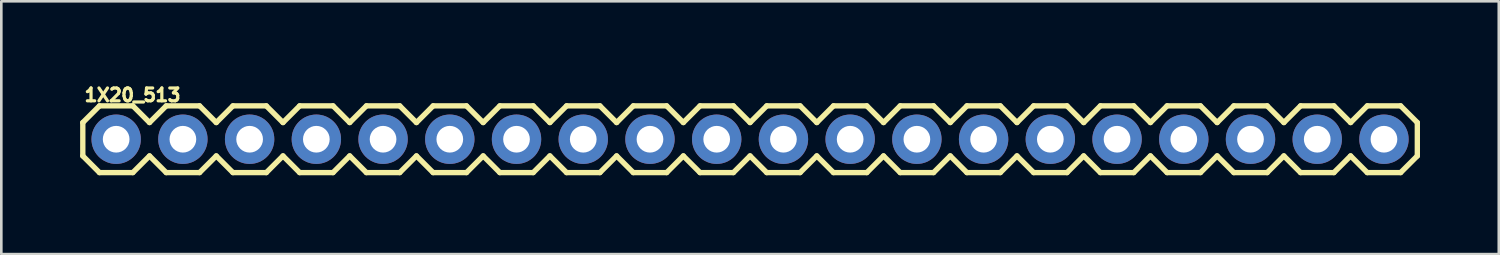
<source format=kicad_pcb>
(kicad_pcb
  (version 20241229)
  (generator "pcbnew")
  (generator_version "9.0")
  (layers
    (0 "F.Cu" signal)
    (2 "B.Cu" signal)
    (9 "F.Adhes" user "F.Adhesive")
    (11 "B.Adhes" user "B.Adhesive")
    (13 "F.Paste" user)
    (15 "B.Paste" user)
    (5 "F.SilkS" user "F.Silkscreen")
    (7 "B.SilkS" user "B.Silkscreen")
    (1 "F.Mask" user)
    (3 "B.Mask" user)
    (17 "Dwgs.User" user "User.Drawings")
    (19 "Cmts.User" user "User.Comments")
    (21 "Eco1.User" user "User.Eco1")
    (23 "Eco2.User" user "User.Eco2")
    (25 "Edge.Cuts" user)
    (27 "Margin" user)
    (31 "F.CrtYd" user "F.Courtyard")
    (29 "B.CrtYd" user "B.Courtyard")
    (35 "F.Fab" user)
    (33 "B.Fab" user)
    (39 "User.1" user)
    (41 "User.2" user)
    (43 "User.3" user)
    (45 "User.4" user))
  (footprint "1X20_513"
    (layer "F.Cu")
    (at 1.372 2.25)
    (property "Reference" "1X20_513" (at -1.27 -1.397 0) (unlocked yes) (layer "F.SilkS") (effects (font (size 0.488 0.488) (thickness 0.122)) (justify left bottom)))
    (fp_line (start -1.27 -0.635) (end -1.27 0.635) (stroke (width 0.203) (type solid)) (layer "F.SilkS"))
    (fp_line (start -1.27 0.635) (end -0.635 1.27) (stroke (width 0.203) (type solid)) (layer "F.SilkS"))
    (fp_line (start -0.635 -1.27) (end -1.27 -0.635) (stroke (width 0.203) (type solid)) (layer "F.SilkS"))
    (fp_line (start -0.635 -1.27) (end 0.635 -1.27) (stroke (width 0.203) (type solid)) (layer "F.SilkS"))
    (fp_line (start 0.635 -1.27) (end 1.27 -0.635) (stroke (width 0.203) (type solid)) (layer "F.SilkS"))
    (fp_line (start 0.635 1.27) (end -0.635 1.27) (stroke (width 0.203) (type solid)) (layer "F.SilkS"))
    (fp_line (start 1.27 -0.635) (end 1.905 -1.27) (stroke (width 0.203) (type solid)) (layer "F.SilkS"))
    (fp_line (start 1.27 0.635) (end 0.635 1.27) (stroke (width 0.203) (type solid)) (layer "F.SilkS"))
    (fp_line (start 1.905 -1.27) (end 3.175 -1.27) (stroke (width 0.203) (type solid)) (layer "F.SilkS"))
    (fp_line (start 1.905 1.27) (end 1.27 0.635) (stroke (width 0.203) (type solid)) (layer "F.SilkS"))
    (fp_line (start 3.175 -1.27) (end 3.81 -0.635) (stroke (width 0.203) (type solid)) (layer "F.SilkS"))
    (fp_line (start 3.175 1.27) (end 1.905 1.27) (stroke (width 0.203) (type solid)) (layer "F.SilkS"))
    (fp_line (start 3.81 -0.635) (end 4.445 -1.27) (stroke (width 0.203) (type solid)) (layer "F.SilkS"))
    (fp_line (start 3.81 0.635) (end 3.175 1.27) (stroke (width 0.203) (type solid)) (layer "F.SilkS"))
    (fp_line (start 4.445 -1.27) (end 5.715 -1.27) (stroke (width 0.203) (type solid)) (layer "F.SilkS"))
    (fp_line (start 4.445 1.27) (end 3.81 0.635) (stroke (width 0.203) (type solid)) (layer "F.SilkS"))
    (fp_line (start 5.715 -1.27) (end 6.35 -0.635) (stroke (width 0.203) (type solid)) (layer "F.SilkS"))
    (fp_line (start 5.715 1.27) (end 4.445 1.27) (stroke (width 0.203) (type solid)) (layer "F.SilkS"))
    (fp_line (start 6.35 0.635) (end 5.715 1.27) (stroke (width 0.203) (type solid)) (layer "F.SilkS"))
    (fp_line (start 6.35 0.635) (end 6.985 1.27) (stroke (width 0.203) (type solid)) (layer "F.SilkS"))
    (fp_line (start 6.985 -1.27) (end 6.35 -0.635) (stroke (width 0.203) (type solid)) (layer "F.SilkS"))
    (fp_line (start 6.985 -1.27) (end 8.255 -1.27) (stroke (width 0.203) (type solid)) (layer "F.SilkS"))
    (fp_line (start 8.255 -1.27) (end 8.89 -0.635) (stroke (width 0.203) (type solid)) (layer "F.SilkS"))
    (fp_line (start 8.255 1.27) (end 6.985 1.27) (stroke (width 0.203) (type solid)) (layer "F.SilkS"))
    (fp_line (start 8.89 -0.635) (end 9.525 -1.27) (stroke (width 0.203) (type solid)) (layer "F.SilkS"))
    (fp_line (start 8.89 0.635) (end 8.255 1.27) (stroke (width 0.203) (type solid)) (layer "F.SilkS"))
    (fp_line (start 9.525 -1.27) (end 10.795 -1.27) (stroke (width 0.203) (type solid)) (layer "F.SilkS"))
    (fp_line (start 9.525 1.27) (end 8.89 0.635) (stroke (width 0.203) (type solid)) (layer "F.SilkS"))
    (fp_line (start 10.795 -1.27) (end 11.43 -0.635) (stroke (width 0.203) (type solid)) (layer "F.SilkS"))
    (fp_line (start 10.795 1.27) (end 9.525 1.27) (stroke (width 0.203) (type solid)) (layer "F.SilkS"))
    (fp_line (start 11.43 -0.635) (end 12.065 -1.27) (stroke (width 0.203) (type solid)) (layer "F.SilkS"))
    (fp_line (start 11.43 0.635) (end 10.795 1.27) (stroke (width 0.203) (type solid)) (layer "F.SilkS"))
    (fp_line (start 12.065 -1.27) (end 13.335 -1.27) (stroke (width 0.203) (type solid)) (layer "F.SilkS"))
    (fp_line (start 12.065 1.27) (end 11.43 0.635) (stroke (width 0.203) (type solid)) (layer "F.SilkS"))
    (fp_line (start 13.335 -1.27) (end 13.97 -0.635) (stroke (width 0.203) (type solid)) (layer "F.SilkS"))
    (fp_line (start 13.335 1.27) (end 12.065 1.27) (stroke (width 0.203) (type solid)) (layer "F.SilkS"))
    (fp_line (start 13.97 0.635) (end 13.335 1.27) (stroke (width 0.203) (type solid)) (layer "F.SilkS"))
    (fp_line (start 13.97 0.635) (end 14.605 1.27) (stroke (width 0.203) (type solid)) (layer "F.SilkS"))
    (fp_line (start 14.605 -1.27) (end 13.97 -0.635) (stroke (width 0.203) (type solid)) (layer "F.SilkS"))
    (fp_line (start 14.605 -1.27) (end 15.875 -1.27) (stroke (width 0.203) (type solid)) (layer "F.SilkS"))
    (fp_line (start 15.875 -1.27) (end 16.51 -0.635) (stroke (width 0.203) (type solid)) (layer "F.SilkS"))
    (fp_line (start 15.875 1.27) (end 14.605 1.27) (stroke (width 0.203) (type solid)) (layer "F.SilkS"))
    (fp_line (start 16.51 0.635) (end 15.875 1.27) (stroke (width 0.203) (type solid)) (layer "F.SilkS"))
    (fp_line (start 16.51 0.635) (end 17.145 1.27) (stroke (width 0.203) (type solid)) (layer "F.SilkS"))
    (fp_line (start 17.145 -1.27) (end 16.51 -0.635) (stroke (width 0.203) (type solid)) (layer "F.SilkS"))
    (fp_line (start 17.145 -1.27) (end 18.415 -1.27) (stroke (width 0.203) (type solid)) (layer "F.SilkS"))
    (fp_line (start 18.415 -1.27) (end 19.05 -0.635) (stroke (width 0.203) (type solid)) (layer "F.SilkS"))
    (fp_line (start 18.415 1.27) (end 17.145 1.27) (stroke (width 0.203) (type solid)) (layer "F.SilkS"))
    (fp_line (start 19.05 -0.635) (end 19.685 -1.27) (stroke (width 0.203) (type solid)) (layer "F.SilkS"))
    (fp_line (start 19.05 0.635) (end 18.415 1.27) (stroke (width 0.203) (type solid)) (layer "F.SilkS"))
    (fp_line (start 19.685 -1.27) (end 20.955 -1.27) (stroke (width 0.203) (type solid)) (layer "F.SilkS"))
    (fp_line (start 19.685 1.27) (end 19.05 0.635) (stroke (width 0.203) (type solid)) (layer "F.SilkS"))
    (fp_line (start 20.955 -1.27) (end 21.59 -0.635) (stroke (width 0.203) (type solid)) (layer "F.SilkS"))
    (fp_line (start 20.955 1.27) (end 19.685 1.27) (stroke (width 0.203) (type solid)) (layer "F.SilkS"))
    (fp_line (start 21.59 -0.635) (end 22.225 -1.27) (stroke (width 0.203) (type solid)) (layer "F.SilkS"))
    (fp_line (start 21.59 0.635) (end 20.955 1.27) (stroke (width 0.203) (type solid)) (layer "F.SilkS"))
    (fp_line (start 22.225 -1.27) (end 23.495 -1.27) (stroke (width 0.203) (type solid)) (layer "F.SilkS"))
    (fp_line (start 22.225 1.27) (end 21.59 0.635) (stroke (width 0.203) (type solid)) (layer "F.SilkS"))
    (fp_line (start 23.495 -1.27) (end 24.13 -0.635) (stroke (width 0.203) (type solid)) (layer "F.SilkS"))
    (fp_line (start 23.495 1.27) (end 22.225 1.27) (stroke (width 0.203) (type solid)) (layer "F.SilkS"))
    (fp_line (start 24.13 0.635) (end 23.495 1.27) (stroke (width 0.203) (type solid)) (layer "F.SilkS"))
    (fp_line (start 24.13 0.635) (end 24.765 1.27) (stroke (width 0.203) (type solid)) (layer "F.SilkS"))
    (fp_line (start 24.765 -1.27) (end 24.13 -0.635) (stroke (width 0.203) (type solid)) (layer "F.SilkS"))
    (fp_line (start 24.765 -1.27) (end 26.035 -1.27) (stroke (width 0.203) (type solid)) (layer "F.SilkS"))
    (fp_line (start 26.035 -1.27) (end 26.67 -0.635) (stroke (width 0.203) (type solid)) (layer "F.SilkS"))
    (fp_line (start 26.035 1.27) (end 24.765 1.27) (stroke (width 0.203) (type solid)) (layer "F.SilkS"))
    (fp_line (start 26.67 -0.635) (end 27.305 -1.27) (stroke (width 0.203) (type solid)) (layer "F.SilkS"))
    (fp_line (start 26.67 0.635) (end 26.035 1.27) (stroke (width 0.203) (type solid)) (layer "F.SilkS"))
    (fp_line (start 27.305 -1.27) (end 28.575 -1.27) (stroke (width 0.203) (type solid)) (layer "F.SilkS"))
    (fp_line (start 27.305 1.27) (end 26.67 0.635) (stroke (width 0.203) (type solid)) (layer "F.SilkS"))
    (fp_line (start 28.575 -1.27) (end 29.21 -0.635) (stroke (width 0.203) (type solid)) (layer "F.SilkS"))
    (fp_line (start 28.575 1.27) (end 27.305 1.27) (stroke (width 0.203) (type solid)) (layer "F.SilkS"))
    (fp_line (start 29.21 -0.635) (end 29.845 -1.27) (stroke (width 0.203) (type solid)) (layer "F.SilkS"))
    (fp_line (start 29.21 0.635) (end 28.575 1.27) (stroke (width 0.203) (type solid)) (layer "F.SilkS"))
    (fp_line (start 29.845 -1.27) (end 31.115 -1.27) (stroke (width 0.203) (type solid)) (layer "F.SilkS"))
    (fp_line (start 29.845 1.27) (end 29.21 0.635) (stroke (width 0.203) (type solid)) (layer "F.SilkS"))
    (fp_line (start 31.115 -1.27) (end 31.75 -0.635) (stroke (width 0.203) (type solid)) (layer "F.SilkS"))
    (fp_line (start 31.115 1.27) (end 29.845 1.27) (stroke (width 0.203) (type solid)) (layer "F.SilkS"))
    (fp_line (start 31.75 0.635) (end 31.115 1.27) (stroke (width 0.203) (type solid)) (layer "F.SilkS"))
    (fp_line (start 31.75 0.635) (end 32.385 1.27) (stroke (width 0.203) (type solid)) (layer "F.SilkS"))
    (fp_line (start 32.385 -1.27) (end 31.75 -0.635) (stroke (width 0.203) (type solid)) (layer "F.SilkS"))
    (fp_line (start 32.385 -1.27) (end 33.655 -1.27) (stroke (width 0.203) (type solid)) (layer "F.SilkS"))
    (fp_line (start 33.655 -1.27) (end 34.29 -0.635) (stroke (width 0.203) (type solid)) (layer "F.SilkS"))
    (fp_line (start 33.655 1.27) (end 32.385 1.27) (stroke (width 0.203) (type solid)) (layer "F.SilkS"))
    (fp_line (start 34.29 0.635) (end 33.655 1.27) (stroke (width 0.203) (type solid)) (layer "F.SilkS"))
    (fp_line (start 34.29 0.635) (end 34.925 1.27) (stroke (width 0.203) (type solid)) (layer "F.SilkS"))
    (fp_line (start 34.925 -1.27) (end 34.29 -0.635) (stroke (width 0.203) (type solid)) (layer "F.SilkS"))
    (fp_line (start 34.925 -1.27) (end 36.195 -1.27) (stroke (width 0.203) (type solid)) (layer "F.SilkS"))
    (fp_line (start 36.195 -1.27) (end 36.83 -0.635) (stroke (width 0.203) (type solid)) (layer "F.SilkS"))
    (fp_line (start 36.195 1.27) (end 34.925 1.27) (stroke (width 0.203) (type solid)) (layer "F.SilkS"))
    (fp_line (start 36.83 0.635) (end 36.195 1.27) (stroke (width 0.203) (type solid)) (layer "F.SilkS"))
    (fp_line (start 36.83 0.635) (end 37.465 1.27) (stroke (width 0.203) (type solid)) (layer "F.SilkS"))
    (fp_line (start 37.465 -1.27) (end 36.83 -0.635) (stroke (width 0.203) (type solid)) (layer "F.SilkS"))
    (fp_line (start 37.465 -1.27) (end 38.735 -1.27) (stroke (width 0.203) (type solid)) (layer "F.SilkS"))
    (fp_line (start 38.735 -1.27) (end 39.37 -0.635) (stroke (width 0.203) (type solid)) (layer "F.SilkS"))
    (fp_line (start 38.735 1.27) (end 37.465 1.27) (stroke (width 0.203) (type solid)) (layer "F.SilkS"))
    (fp_line (start 39.37 0.635) (end 38.735 1.27) (stroke (width 0.203) (type solid)) (layer "F.SilkS"))
    (fp_line (start 39.37 0.635) (end 40.005 1.27) (stroke (width 0.203) (type solid)) (layer "F.SilkS"))
    (fp_line (start 40.005 -1.27) (end 39.37 -0.635) (stroke (width 0.203) (type solid)) (layer "F.SilkS"))
    (fp_line (start 40.005 -1.27) (end 41.275 -1.27) (stroke (width 0.203) (type solid)) (layer "F.SilkS"))
    (fp_line (start 41.275 -1.27) (end 41.91 -0.635) (stroke (width 0.203) (type solid)) (layer "F.SilkS"))
    (fp_line (start 41.275 1.27) (end 40.005 1.27) (stroke (width 0.203) (type solid)) (layer "F.SilkS"))
    (fp_line (start 41.91 0.635) (end 41.275 1.27) (stroke (width 0.203) (type solid)) (layer "F.SilkS"))
    (fp_line (start 41.91 0.635) (end 42.545 1.27) (stroke (width 0.203) (type solid)) (layer "F.SilkS"))
    (fp_line (start 42.545 -1.27) (end 41.91 -0.635) (stroke (width 0.203) (type solid)) (layer "F.SilkS"))
    (fp_line (start 42.545 -1.27) (end 43.815 -1.27) (stroke (width 0.203) (type solid)) (layer "F.SilkS"))
    (fp_line (start 43.815 -1.27) (end 44.45 -0.635) (stroke (width 0.203) (type solid)) (layer "F.SilkS"))
    (fp_line (start 43.815 1.27) (end 42.545 1.27) (stroke (width 0.203) (type solid)) (layer "F.SilkS"))
    (fp_line (start 44.45 0.635) (end 43.815 1.27) (stroke (width 0.203) (type solid)) (layer "F.SilkS"))
    (fp_line (start 44.45 0.635) (end 45.085 1.27) (stroke (width 0.203) (type solid)) (layer "F.SilkS"))
    (fp_line (start 45.085 -1.27) (end 44.45 -0.635) (stroke (width 0.203) (type solid)) (layer "F.SilkS"))
    (fp_line (start 45.085 -1.27) (end 46.355 -1.27) (stroke (width 0.203) (type solid)) (layer "F.SilkS"))
    (fp_line (start 46.355 -1.27) (end 46.99 -0.635) (stroke (width 0.203) (type solid)) (layer "F.SilkS"))
    (fp_line (start 46.355 1.27) (end 45.085 1.27) (stroke (width 0.203) (type solid)) (layer "F.SilkS"))
    (fp_line (start 46.99 0.635) (end 46.355 1.27) (stroke (width 0.203) (type solid)) (layer "F.SilkS"))
    (fp_line (start 46.99 0.635) (end 47.625 1.27) (stroke (width 0.203) (type solid)) (layer "F.SilkS"))
    (fp_line (start 47.625 -1.27) (end 46.99 -0.635) (stroke (width 0.203) (type solid)) (layer "F.SilkS"))
    (fp_line (start 47.625 -1.27) (end 48.895 -1.27) (stroke (width 0.203) (type solid)) (layer "F.SilkS"))
    (fp_line (start 48.895 -1.27) (end 49.53 -0.635) (stroke (width 0.203) (type solid)) (layer "F.SilkS"))
    (fp_line (start 48.895 1.27) (end 47.625 1.27) (stroke (width 0.203) (type solid)) (layer "F.SilkS"))
    (fp_line (start 49.53 -0.635) (end 49.53 0.635) (stroke (width 0.203) (type solid)) (layer "F.SilkS"))
    (fp_line (start 49.53 0.635) (end 48.895 1.27) (stroke (width 0.203) (type solid)) (layer "F.SilkS"))
    (fp_poly (pts (xy -0.254 0.254) (xy 0.254 0.254) (xy 0.254 -0.254) (xy -0.254 -0.254)) (stroke (width 0.1) (type default)) (fill no) (layer "F.Fab"))
    (fp_poly (pts (xy 2.286 0.254) (xy 2.794 0.254) (xy 2.794 -0.254) (xy 2.286 -0.254)) (stroke (width 0.1) (type default)) (fill no) (layer "F.Fab"))
    (fp_poly (pts (xy 4.826 0.254) (xy 5.334 0.254) (xy 5.334 -0.254) (xy 4.826 -0.254)) (stroke (width 0.1) (type default)) (fill no) (layer "F.Fab"))
    (fp_poly (pts (xy 7.366 0.254) (xy 7.874 0.254) (xy 7.874 -0.254) (xy 7.366 -0.254)) (stroke (width 0.1) (type default)) (fill no) (layer "F.Fab"))
    (fp_poly (pts (xy 9.906 0.254) (xy 10.414 0.254) (xy 10.414 -0.254) (xy 9.906 -0.254)) (stroke (width 0.1) (type default)) (fill no) (layer "F.Fab"))
    (fp_poly (pts (xy 12.446 0.254) (xy 12.954 0.254) (xy 12.954 -0.254) (xy 12.446 -0.254)) (stroke (width 0.1) (type default)) (fill no) (layer "F.Fab"))
    (fp_poly (pts (xy 14.986 0.254) (xy 15.494 0.254) (xy 15.494 -0.254) (xy 14.986 -0.254)) (stroke (width 0.1) (type default)) (fill no) (layer "F.Fab"))
    (fp_poly (pts (xy 17.526 0.254) (xy 18.034 0.254) (xy 18.034 -0.254) (xy 17.526 -0.254)) (stroke (width 0.1) (type default)) (fill no) (layer "F.Fab"))
    (fp_poly (pts (xy 20.066 0.254) (xy 20.574 0.254) (xy 20.574 -0.254) (xy 20.066 -0.254)) (stroke (width 0.1) (type default)) (fill no) (layer "F.Fab"))
    (fp_poly (pts (xy 22.606 0.254) (xy 23.114 0.254) (xy 23.114 -0.254) (xy 22.606 -0.254)) (stroke (width 0.1) (type default)) (fill no) (layer "F.Fab"))
    (fp_poly (pts (xy 25.146 0.254) (xy 25.654 0.254) (xy 25.654 -0.254) (xy 25.146 -0.254)) (stroke (width 0.1) (type default)) (fill no) (layer "F.Fab"))
    (fp_poly (pts (xy 27.686 0.254) (xy 28.194 0.254) (xy 28.194 -0.254) (xy 27.686 -0.254)) (stroke (width 0.1) (type default)) (fill no) (layer "F.Fab"))
    (fp_poly (pts (xy 30.226 0.254) (xy 30.734 0.254) (xy 30.734 -0.254) (xy 30.226 -0.254)) (stroke (width 0.1) (type default)) (fill no) (layer "F.Fab"))
    (fp_poly (pts (xy 32.766 0.254) (xy 33.274 0.254) (xy 33.274 -0.254) (xy 32.766 -0.254)) (stroke (width 0.1) (type default)) (fill no) (layer "F.Fab"))
    (fp_poly (pts (xy 35.306 0.254) (xy 35.814 0.254) (xy 35.814 -0.254) (xy 35.306 -0.254)) (stroke (width 0.1) (type default)) (fill no) (layer "F.Fab"))
    (fp_poly (pts (xy 37.846 0.254) (xy 38.354 0.254) (xy 38.354 -0.254) (xy 37.846 -0.254)) (stroke (width 0.1) (type default)) (fill no) (layer "F.Fab"))
    (fp_poly (pts (xy 40.386 0.254) (xy 40.894 0.254) (xy 40.894 -0.254) (xy 40.386 -0.254)) (stroke (width 0.1) (type default)) (fill no) (layer "F.Fab"))
    (fp_poly (pts (xy 42.926 0.254) (xy 43.434 0.254) (xy 43.434 -0.254) (xy 42.926 -0.254)) (stroke (width 0.1) (type default)) (fill no) (layer "F.Fab"))
    (fp_poly (pts (xy 45.466 0.254) (xy 45.974 0.254) (xy 45.974 -0.254) (xy 45.466 -0.254)) (stroke (width 0.1) (type default)) (fill no) (layer "F.Fab"))
    (fp_poly (pts (xy 48.006 0.254) (xy 48.514 0.254) (xy 48.514 -0.254) (xy 48.006 -0.254)) (stroke (width 0.1) (type default)) (fill no) (layer "F.Fab"))
    (pad "1" thru_hole circle (at 0 0 90) (size 1.88 1.88) (drill 1.016) (layers "*.Cu" "*.Mask"))
    (pad "2" thru_hole circle (at 2.54 0 90) (size 1.88 1.88) (drill 1.016) (layers "*.Cu" "*.Mask"))
    (pad "3" thru_hole circle (at 5.08 0 90) (size 1.88 1.88) (drill 1.016) (layers "*.Cu" "*.Mask"))
    (pad "4" thru_hole circle (at 7.62 0 90) (size 1.88 1.88) (drill 1.016) (layers "*.Cu" "*.Mask"))
    (pad "5" thru_hole circle (at 10.16 0 90) (size 1.88 1.88) (drill 1.016) (layers "*.Cu" "*.Mask"))
    (pad "6" thru_hole circle (at 12.7 0 90) (size 1.88 1.88) (drill 1.016) (layers "*.Cu" "*.Mask"))
    (pad "7" thru_hole circle (at 15.24 0 90) (size 1.88 1.88) (drill 1.016) (layers "*.Cu" "*.Mask"))
    (pad "8" thru_hole circle (at 17.78 0 90) (size 1.88 1.88) (drill 1.016) (layers "*.Cu" "*.Mask"))
    (pad "9" thru_hole circle (at 20.32 0 90) (size 1.88 1.88) (drill 1.016) (layers "*.Cu" "*.Mask"))
    (pad "10" thru_hole circle (at 22.86 0 90) (size 1.88 1.88) (drill 1.016) (layers "*.Cu" "*.Mask"))
    (pad "11" thru_hole circle (at 25.4 0 90) (size 1.88 1.88) (drill 1.016) (layers "*.Cu" "*.Mask"))
    (pad "12" thru_hole circle (at 27.94 0 90) (size 1.88 1.88) (drill 1.016) (layers "*.Cu" "*.Mask"))
    (pad "13" thru_hole circle (at 30.48 0 90) (size 1.88 1.88) (drill 1.016) (layers "*.Cu" "*.Mask"))
    (pad "14" thru_hole circle (at 33.02 0 90) (size 1.88 1.88) (drill 1.016) (layers "*.Cu" "*.Mask"))
    (pad "15" thru_hole circle (at 35.56 0 90) (size 1.88 1.88) (drill 1.016) (layers "*.Cu" "*.Mask"))
    (pad "16" thru_hole circle (at 38.1 0 90) (size 1.88 1.88) (drill 1.016) (layers "*.Cu" "*.Mask"))
    (pad "17" thru_hole circle (at 40.64 0 90) (size 1.88 1.88) (drill 1.016) (layers "*.Cu" "*.Mask"))
    (pad "18" thru_hole circle (at 43.18 0 90) (size 1.88 1.88) (drill 1.016) (layers "*.Cu" "*.Mask"))
    (pad "19" thru_hole circle (at 45.72 0 90) (size 1.88 1.88) (drill 1.016) (layers "*.Cu" "*.Mask"))
    (pad "20" thru_hole circle (at 48.26 0 90) (size 1.88 1.88) (drill 1.016) (layers "*.Cu" "*.Mask")))
  (gr_rect
    (start -3 -3)
    (end 54.003 6.622)
    (stroke (width 0.1) (type default))
    (fill no)
    (layer "Edge.Cuts")))
</source>
